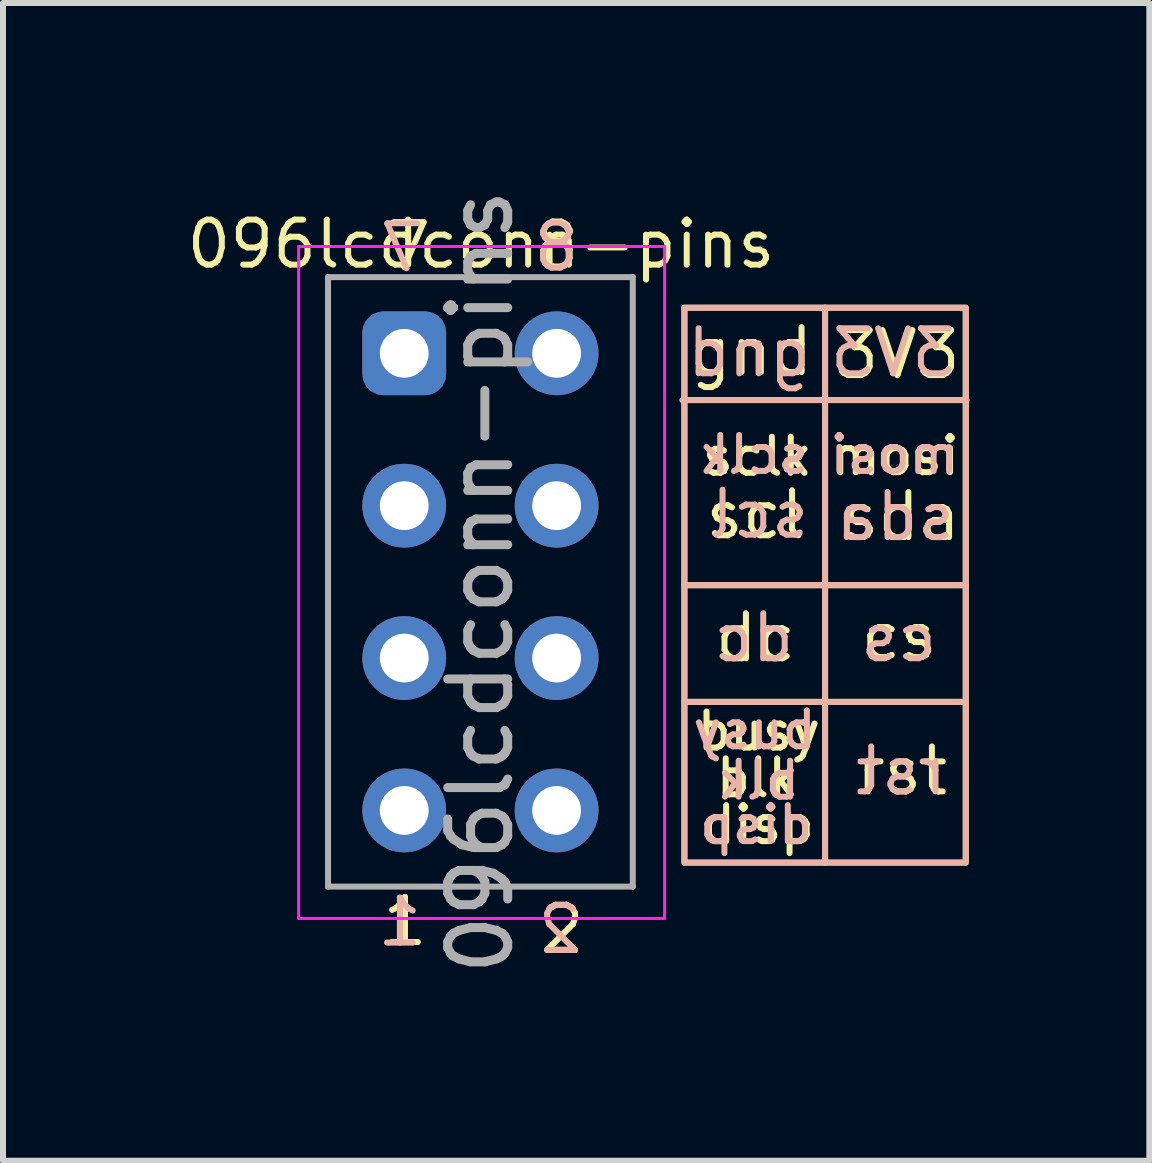
<source format=kicad_pcb>
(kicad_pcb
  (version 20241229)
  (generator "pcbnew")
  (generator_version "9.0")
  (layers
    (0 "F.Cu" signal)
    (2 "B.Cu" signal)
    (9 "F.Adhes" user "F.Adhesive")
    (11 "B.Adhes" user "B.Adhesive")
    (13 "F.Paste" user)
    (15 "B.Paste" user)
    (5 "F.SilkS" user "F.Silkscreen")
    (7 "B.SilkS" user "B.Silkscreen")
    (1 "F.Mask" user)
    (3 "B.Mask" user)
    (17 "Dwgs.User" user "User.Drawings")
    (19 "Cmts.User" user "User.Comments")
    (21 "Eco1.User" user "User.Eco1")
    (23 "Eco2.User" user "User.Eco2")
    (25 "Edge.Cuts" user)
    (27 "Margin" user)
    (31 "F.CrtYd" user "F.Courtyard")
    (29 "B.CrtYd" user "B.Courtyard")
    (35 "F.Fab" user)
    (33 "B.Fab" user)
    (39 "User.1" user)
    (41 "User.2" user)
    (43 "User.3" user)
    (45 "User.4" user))
  (footprint "096lcdconn-pins"
    (layer "F.Cu")
    (at 6.268 2.859)
    (property "Reference" "096lcdconn-pins" (at -1.3 -1.84 0) (layer "F.SilkS") (effects (font (size 0.75 0.75) (thickness 0.1))))
    (attr through_hole)
    (fp_line (start 2.06 0.76) (end 6.79 0.76) (stroke (width 0.1) (type default)) (layer "F.SilkS"))
    (fp_line (start 2.09 3.845) (end 6.78 3.845) (stroke (width 0.1) (type default)) (layer "F.SilkS"))
    (fp_line (start 2.09 5.79) (end 6.71 5.79) (stroke (width 0.1) (type default)) (layer "F.SilkS"))
    (fp_line (start 4.435 -0.78) (end 4.435 8.47) (stroke (width 0.1) (type default)) (layer "F.SilkS"))
    (fp_rect (start 2.09 -0.78) (end 6.78 8.47) (stroke (width 0.1) (type default)) (fill no) (layer "F.SilkS"))
    (fp_line (start 2.06 0.76) (end 6.79 0.76) (stroke (width 0.1) (type default)) (layer "B.SilkS"))
    (fp_line (start 2.09 3.845) (end 6.78 3.845) (stroke (width 0.1) (type default)) (layer "B.SilkS"))
    (fp_line (start 2.09 5.79) (end 6.71 5.79) (stroke (width 0.1) (type default)) (layer "B.SilkS"))
    (fp_line (start 4.435 -0.78) (end 4.435 8.47) (stroke (width 0.1) (type default)) (layer "B.SilkS"))
    (fp_rect (start 2.09 -0.78) (end 6.78 8.47) (stroke (width 0.1) (type default)) (fill no) (layer "B.SilkS"))
    (fp_line (start -4.34 -1.8) (end 1.76 -1.8) (stroke (width 0.05) (type solid)) (layer "F.CrtYd"))
    (fp_line (start -4.34 9.4) (end -4.34 -1.8) (stroke (width 0.05) (type solid)) (layer "F.CrtYd"))
    (fp_line (start 1.76 -1.8) (end 1.76 9.4) (stroke (width 0.05) (type solid)) (layer "F.CrtYd"))
    (fp_line (start 1.76 9.4) (end -4.34 9.4) (stroke (width 0.05) (type solid)) (layer "F.CrtYd"))
    (fp_line (start -3.85 -1.29) (end 1.23 -1.29) (stroke (width 0.1) (type solid)) (layer "F.Fab"))
    (fp_line (start -3.85 8.87) (end -3.85 -1.29) (stroke (width 0.1) (type solid)) (layer "F.Fab"))
    (fp_line (start 1.23 -1.29) (end 1.23 8.87) (stroke (width 0.1) (type solid)) (layer "F.Fab"))
    (fp_line (start 1.23 8.87) (end -3.85 8.87) (stroke (width 0.1) (type solid)) (layer "F.Fab"))
    (fp_text user "scl" (at 2.39 3.11 0) (unlocked yes) (layer "F.SilkS") (effects (font (size 0.75 0.75) (thickness 0.1)) (justify left bottom)))
    (fp_text user "disp" (at 2.32 8.19 0) (unlocked yes) (layer "F.SilkS") (effects (font (size 0.6 0.6) (thickness 0.1)) (justify left bottom)))
    (fp_text user "1" (at -2.99 9.89 0) (unlocked yes) (layer "F.SilkS") (effects (font (size 0.75 0.75) (thickness 0.1)) (justify left bottom)))
    (fp_text user "gnd " (at 2.12 0.39 0) (unlocked yes) (layer "F.SilkS") (effects (font (size 0.75 0.75) (thickness 0.1)) (justify left bottom)))
    (fp_text user "blk" (at 2.57 7.41 0) (unlocked yes) (layer "F.SilkS") (effects (font (size 0.6 0.6) (thickness 0.1)) (justify left bottom)))
    (fp_text user "mosi" (at 4.48 2.04 0) (unlocked yes) (layer "F.SilkS") (effects (font (size 0.6 0.6) (thickness 0.1)) (justify left bottom)))
    (fp_text user "rst" (at 4.9 7.38 0) (unlocked yes) (layer "F.SilkS") (effects (font (size 0.75 0.75) (thickness 0.1)) (justify left bottom)))
    (fp_text user "7" (at -2.93 -1.36 0) (unlocked yes) (layer "F.SilkS") (effects (font (size 0.75 0.75) (thickness 0.1)) (justify left bottom)))
    (fp_text user "cs" (at 4.98 5.14 0) (unlocked yes) (layer "F.SilkS") (effects (font (size 0.75 0.75) (thickness 0.1)) (justify left bottom)))
    (fp_text user "sclk" (at 2.34 2.05 0) (unlocked yes) (layer "F.SilkS") (effects (font (size 0.6 0.6) (thickness 0.1)) (justify left bottom)))
    (fp_text user "2" (at -0.37 10.02 0) (unlocked yes) (layer "F.SilkS") (effects (font (size 0.75 0.75) (thickness 0.1)) (justify left bottom)))
    (fp_text user "8" (at -0.46 -1.37 0) (unlocked yes) (layer "F.SilkS") (effects (font (size 0.75 0.75) (thickness 0.1)) (justify left bottom)))
    (fp_text user "sda" (at 4.65 3.14 0) (unlocked yes) (layer "F.SilkS") (effects (font (size 0.75 0.75) (thickness 0.1)) (justify left bottom)))
    (fp_text user "3V3" (at 4.54 0.44 0) (unlocked yes) (layer "F.SilkS") (effects (font (size 0.75 0.75) (thickness 0.1)) (justify left bottom)))
    (fp_text user "dc" (at 2.55 5.16 0) (unlocked yes) (layer "F.SilkS") (effects (font (size 0.75 0.75) (thickness 0.1)) (justify left bottom)))
    (fp_text user "busy" (at 2.25 6.63 0) (unlocked yes) (layer "F.SilkS") (effects (font (size 0.6 0.6) (thickness 0.1)) (justify left bottom)))
    (fp_text user "mosi" (at 6.71 2.02 0) (unlocked yes) (layer "B.SilkS") (effects (font (size 0.6 0.6) (thickness 0.1)) (justify left bottom mirror)))
    (fp_text user "blk" (at 4.06 7.45 0) (unlocked yes) (layer "B.SilkS") (effects (font (size 0.6 0.6) (thickness 0.1)) (justify left bottom mirror)))
    (fp_text user "rst" (at 6.52 7.38 0) (unlocked yes) (layer "B.SilkS") (effects (font (size 0.75 0.75) (thickness 0.1)) (justify left bottom mirror)))
    (fp_text user "7" (at -2.19 -1.34 0) (unlocked yes) (layer "B.SilkS") (effects (font (size 0.75 0.75) (thickness 0.1)) (justify left bottom mirror)))
    (fp_text user "sclk" (at 4.21 2.02 0) (unlocked yes) (layer "B.SilkS") (effects (font (size 0.6 0.6) (thickness 0.1)) (justify left bottom mirror)))
    (fp_text user "sda" (at 6.65 3.14 0) (unlocked yes) (layer "B.SilkS") (effects (font (size 0.75 0.75) (thickness 0.1)) (justify left bottom mirror)))
    (fp_text user "busy" (at 4.34 6.61 0) (unlocked yes) (layer "B.SilkS") (effects (font (size 0.6 0.6) (thickness 0.1)) (justify left bottom mirror)))
    (fp_text user "3V3" (at 6.67 0.41 0) (unlocked yes) (layer "B.SilkS") (effects (font (size 0.75 0.75) (thickness 0.1)) (justify left bottom mirror)))
    (fp_text user "cs" (at 6.35 5.16 0) (unlocked yes) (layer "B.SilkS") (effects (font (size 0.75 0.75) (thickness 0.1)) (justify left bottom mirror)))
    (fp_text user "1" (at -2.23 9.9 0) (unlocked yes) (layer "B.SilkS") (effects (font (size 0.75 0.75) (thickness 0.1)) (justify left bottom mirror)))
    (fp_text user "2" (at 0.44 10.02 0) (unlocked yes) (layer "B.SilkS") (effects (font (size 0.75 0.75) (thickness 0.1)) (justify left bottom mirror)))
    (fp_text user "dc" (at 3.97 5.16 0) (unlocked yes) (layer "B.SilkS") (effects (font (size 0.75 0.75) (thickness 0.1)) (justify left bottom mirror)))
    (fp_text user "scl" (at 4.22 3.1 0) (unlocked yes) (layer "B.SilkS") (effects (font (size 0.75 0.75) (thickness 0.1)) (justify left bottom mirror)))
    (fp_text user "gnd " (at 4.25 0.41 0) (unlocked yes) (layer "B.SilkS") (effects (font (size 0.75 0.75) (thickness 0.1)) (justify left bottom mirror)))
    (fp_text user "disp" (at 4.28 8.19 0) (unlocked yes) (layer "B.SilkS") (effects (font (size 0.6 0.6) (thickness 0.1)) (justify left bottom mirror)))
    (fp_text user "8" (at 0.37 -1.35 0) (unlocked yes) (layer "B.SilkS") (effects (font (size 0.75 0.75) (thickness 0.1)) (justify left bottom mirror)))
    (fp_text user "${REFERENCE}" (at -1.31 3.79 270) (layer "F.Fab") (effects (font (size 1 1) (thickness 0.15))))
    (pad "1" thru_hole circle (at -2.58 7.6 180) (size 1.397 1.397) (drill 0.813) (layers "*.Cu" "*.Mask"))
    (pad "2" thru_hole circle (at -0.04 7.6 180) (size 1.397 1.397) (drill 0.813) (layers "*.Cu" "*.Mask"))
    (pad "3" thru_hole circle (at -2.58 5.06 180) (size 1.397 1.397) (drill 0.813) (layers "*.Cu" "*.Mask"))
    (pad "4" thru_hole circle (at -0.04 5.06 180) (size 1.397 1.397) (drill 0.813) (layers "*.Cu" "*.Mask"))
    (pad "5" thru_hole circle (at -2.58 2.52 180) (size 1.397 1.397) (drill 0.813) (layers "*.Cu" "*.Mask"))
    (pad "6" thru_hole circle (at -0.04 2.52 180) (size 1.397 1.397) (drill 0.813) (layers "*.Cu" "*.Mask"))
    (pad "7" thru_hole roundrect (at -2.58 -0.02 180) (size 1.397 1.397) (drill 0.813) (layers "*.Cu" "*.Mask") (roundrect_rratio 0.25))
    (pad "8" thru_hole circle (at -0.04 -0.02 180) (size 1.397 1.397) (drill 0.813) (layers "*.Cu" "*.Mask")))
  (gr_rect
    (start -3 -3)
    (end 16.108 16.298)
    (stroke (width 0.1) (type default))
    (fill no)
    (layer "Edge.Cuts")))
</source>
